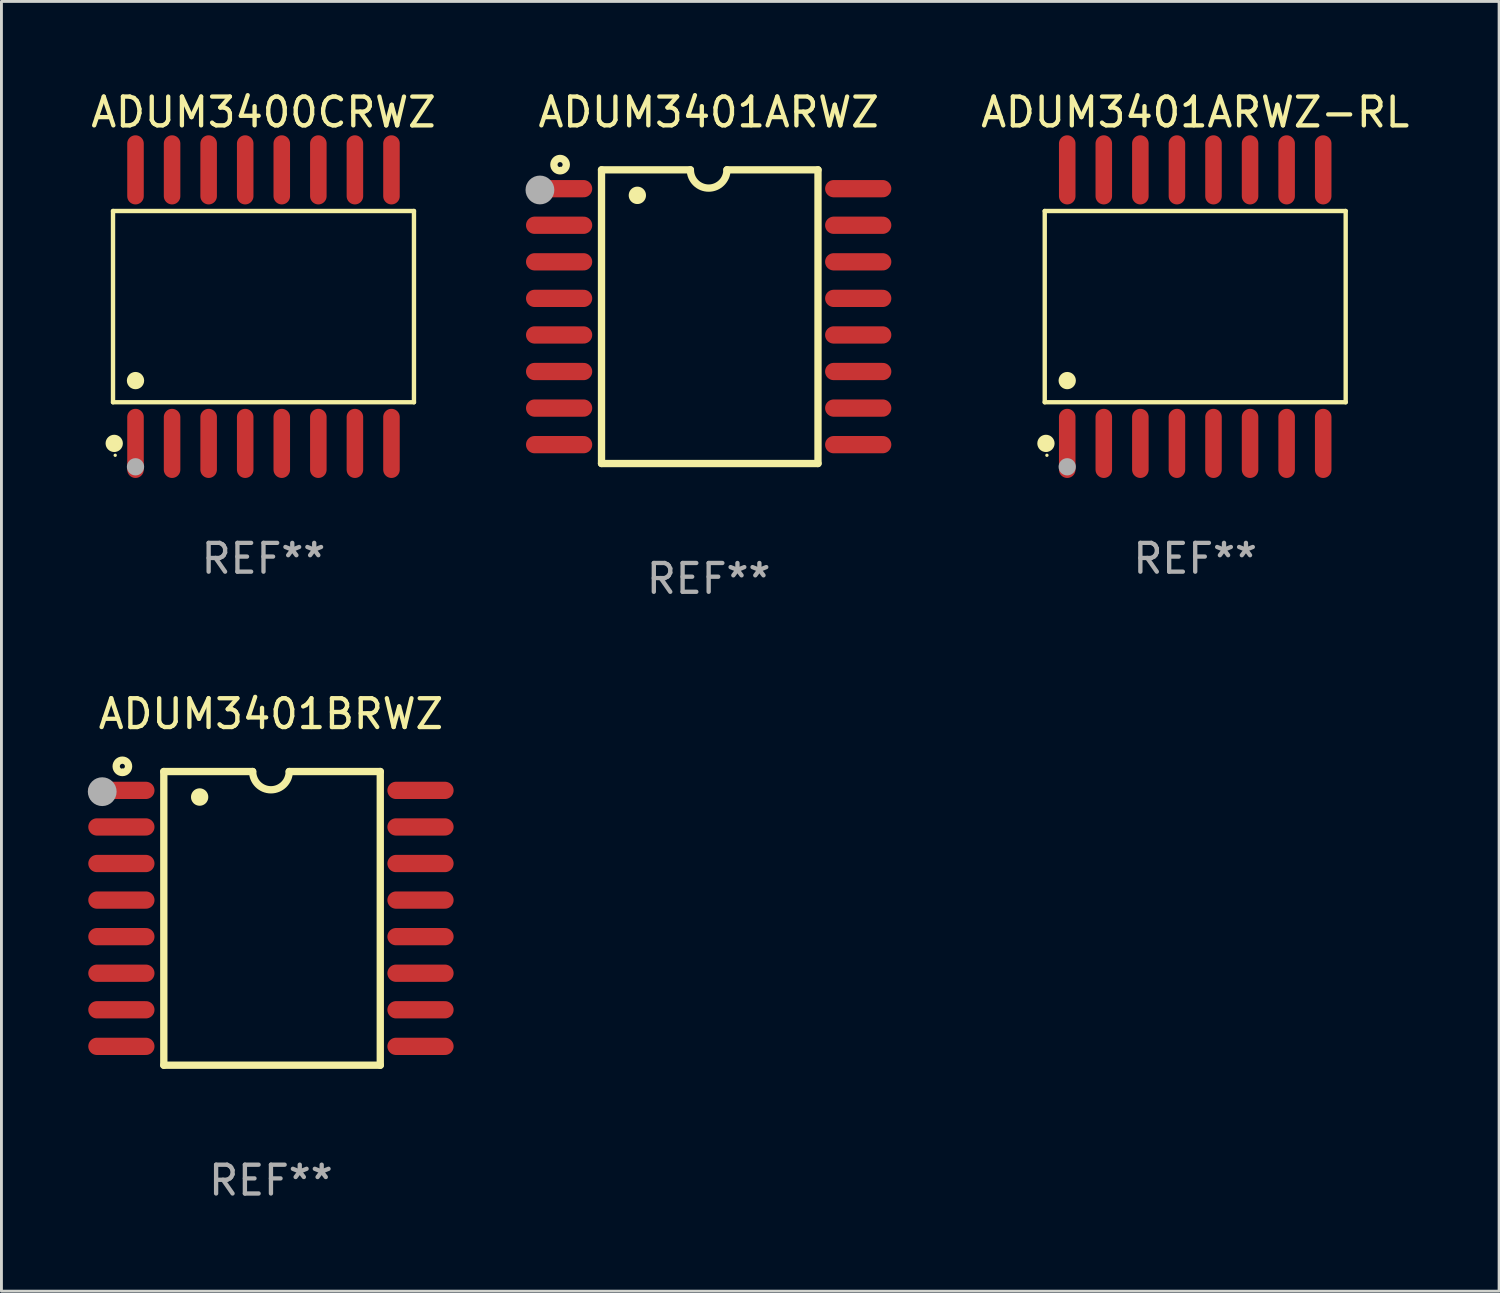
<source format=kicad_pcb>
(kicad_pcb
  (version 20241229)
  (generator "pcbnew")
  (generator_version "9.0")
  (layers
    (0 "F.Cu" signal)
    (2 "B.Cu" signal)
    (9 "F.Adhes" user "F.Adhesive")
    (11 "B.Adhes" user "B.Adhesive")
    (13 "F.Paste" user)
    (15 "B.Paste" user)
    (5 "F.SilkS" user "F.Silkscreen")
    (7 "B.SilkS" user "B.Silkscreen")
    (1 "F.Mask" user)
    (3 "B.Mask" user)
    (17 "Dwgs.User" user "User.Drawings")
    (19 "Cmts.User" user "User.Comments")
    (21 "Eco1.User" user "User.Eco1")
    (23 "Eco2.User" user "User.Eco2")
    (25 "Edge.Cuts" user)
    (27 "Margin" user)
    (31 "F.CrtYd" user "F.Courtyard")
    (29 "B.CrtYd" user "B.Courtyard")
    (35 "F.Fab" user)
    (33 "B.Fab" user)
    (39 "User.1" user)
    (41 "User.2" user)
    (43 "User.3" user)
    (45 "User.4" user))
  (footprint "ADUM3401ARWZ"
    (layer "F.Cu")
    (at 21.562 7.948)
    (property "Reference" "ADUM3401ARWZ" (at 0 -7.1 0) (layer "F.SilkS") (effects (font (size 1 1) (thickness 0.15))))
    (attr through_hole)
    (fp_line (start -3.721 -5.1) (end -3.721 5.1) (stroke (width 0.254) (type solid)) (layer "F.SilkS"))
    (fp_line (start -3.721 -5.1) (end -0.635 -5.1) (stroke (width 0.254) (type solid)) (layer "F.SilkS"))
    (fp_line (start -3.721 5.1) (end 3.797 5.1) (stroke (width 0.254) (type solid)) (layer "F.SilkS"))
    (fp_line (start 3.797 -5.1) (end 0.635 -5.1) (stroke (width 0.254) (type solid)) (layer "F.SilkS"))
    (fp_line (start 3.797 5.1) (end 3.797 -5.1) (stroke (width 0.254) (type solid)) (layer "F.SilkS"))
    (fp_arc (start -2.476556 -4.211328) (mid -2.476567 -4.213868) (end -2.476556 -4.216408) (stroke (width 0.6) (type solid)) (layer "F.SilkS"))
    (fp_arc (start 0.63495 -5.100076) (mid -0.000178 -4.465329) (end -0.635052 -5.10033) (stroke (width 0.254001) (type solid)) (layer "F.SilkS"))
    (fp_circle (center -5.16 -5.28) (end -4.945 -5.28) (stroke (width 0.254) (type solid)) (fill no) (layer "F.SilkS"))
    (fp_circle (center -5.15 -5.15) (end -5.12 -5.15) (stroke (width 0.06) (type solid)) (fill no) (layer "F.SilkS"))
    (fp_circle (center -5.86 -4.4) (end -5.61 -4.4) (stroke (width 0.5) (type solid)) (fill no) (layer "F.Fab"))
    (fp_text user "REF**" (at 0 9.1 0) (layer "F.Fab") (effects (font (size 1 1) (thickness 0.15))))
    (pad "1" smd oval (at -5.194 -4.445) (size 2.3 0.6) (layers "F.Cu" "F.Mask" "F.Paste"))
    (pad "2" smd oval (at -5.194 -3.175) (size 2.3 0.6) (layers "F.Cu" "F.Mask" "F.Paste"))
    (pad "3" smd oval (at -5.194 -1.905) (size 2.3 0.6) (layers "F.Cu" "F.Mask" "F.Paste"))
    (pad "4" smd oval (at -5.194 -0.635) (size 2.3 0.6) (layers "F.Cu" "F.Mask" "F.Paste"))
    (pad "5" smd oval (at -5.194 0.635) (size 2.3 0.6) (layers "F.Cu" "F.Mask" "F.Paste"))
    (pad "6" smd oval (at -5.194 1.905) (size 2.3 0.6) (layers "F.Cu" "F.Mask" "F.Paste"))
    (pad "7" smd oval (at -5.194 3.175) (size 2.3 0.6) (layers "F.Cu" "F.Mask" "F.Paste"))
    (pad "8" smd oval (at -5.194 4.445) (size 2.3 0.6) (layers "F.Cu" "F.Mask" "F.Paste"))
    (pad "9" smd oval (at 5.194 4.445) (size 2.3 0.6) (layers "F.Cu" "F.Mask" "F.Paste"))
    (pad "10" smd oval (at 5.194 3.175) (size 2.3 0.6) (layers "F.Cu" "F.Mask" "F.Paste"))
    (pad "11" smd oval (at 5.194 1.905) (size 2.3 0.6) (layers "F.Cu" "F.Mask" "F.Paste"))
    (pad "12" smd oval (at 5.194 0.635) (size 2.3 0.6) (layers "F.Cu" "F.Mask" "F.Paste"))
    (pad "13" smd oval (at 5.194 -0.635) (size 2.3 0.6) (layers "F.Cu" "F.Mask" "F.Paste"))
    (pad "14" smd oval (at 5.194 -1.905) (size 2.3 0.6) (layers "F.Cu" "F.Mask" "F.Paste"))
    (pad "15" smd oval (at 5.194 -3.175) (size 2.3 0.6) (layers "F.Cu" "F.Mask" "F.Paste"))
    (pad "16" smd oval (at 5.194 -4.445) (size 2.3 0.6) (layers "F.Cu" "F.Mask" "F.Paste")))
  (footprint "ADUM3401ARWZ-RL"
    (layer "F.Cu")
    (at 38.46 7.599)
    (property "Reference" "ADUM3401ARWZ-RL" (at 0 -6.75 0) (layer "F.SilkS") (effects (font (size 1 1) (thickness 0.15))))
    (attr through_hole)
    (fp_line (start -5.226 -3.321) (end 5.226 -3.321) (stroke (width 0.152) (type solid)) (layer "F.SilkS"))
    (fp_line (start -5.226 3.321) (end -5.226 -3.321) (stroke (width 0.152) (type solid)) (layer "F.SilkS"))
    (fp_line (start 5.226 -3.321) (end 5.226 3.321) (stroke (width 0.152) (type solid)) (layer "F.SilkS"))
    (fp_line (start 5.226 3.321) (end -5.226 3.321) (stroke (width 0.152) (type solid)) (layer "F.SilkS"))
    (fp_circle (center -5.184 4.75) (end -5.034 4.75) (stroke (width 0.3) (type solid)) (fill no) (layer "F.SilkS"))
    (fp_circle (center -5.15 5.163) (end -5.12 5.163) (stroke (width 0.06) (type solid)) (fill no) (layer "F.SilkS"))
    (fp_circle (center -4.445 2.569) (end -4.295 2.569) (stroke (width 0.3) (type solid)) (fill no) (layer "F.SilkS"))
    (fp_circle (center -4.445 5.563) (end -4.295 5.563) (stroke (width 0.3) (type solid)) (fill no) (layer "F.Fab"))
    (fp_text user "REF**" (at 0 8.75 0) (layer "F.Fab") (effects (font (size 1 1) (thickness 0.15))))
    (pad "1" smd oval (at -4.445 4.75) (size 0.574 2.401) (layers "F.Cu" "F.Mask" "F.Paste"))
    (pad "2" smd oval (at -3.175 4.75) (size 0.574 2.401) (layers "F.Cu" "F.Mask" "F.Paste"))
    (pad "3" smd oval (at -1.905 4.75) (size 0.574 2.401) (layers "F.Cu" "F.Mask" "F.Paste"))
    (pad "4" smd oval (at -0.635 4.75) (size 0.574 2.401) (layers "F.Cu" "F.Mask" "F.Paste"))
    (pad "5" smd oval (at 0.635 4.75) (size 0.574 2.401) (layers "F.Cu" "F.Mask" "F.Paste"))
    (pad "6" smd oval (at 1.905 4.75) (size 0.574 2.401) (layers "F.Cu" "F.Mask" "F.Paste"))
    (pad "7" smd oval (at 3.175 4.75) (size 0.574 2.401) (layers "F.Cu" "F.Mask" "F.Paste"))
    (pad "8" smd oval (at 4.445 4.75) (size 0.574 2.401) (layers "F.Cu" "F.Mask" "F.Paste"))
    (pad "9" smd oval (at 4.445 -4.75) (size 0.574 2.401) (layers "F.Cu" "F.Mask" "F.Paste"))
    (pad "10" smd oval (at 3.175 -4.75) (size 0.574 2.401) (layers "F.Cu" "F.Mask" "F.Paste"))
    (pad "11" smd oval (at 1.905 -4.75) (size 0.574 2.401) (layers "F.Cu" "F.Mask" "F.Paste"))
    (pad "12" smd oval (at 0.635 -4.75) (size 0.574 2.401) (layers "F.Cu" "F.Mask" "F.Paste"))
    (pad "13" smd oval (at -0.635 -4.75) (size 0.574 2.401) (layers "F.Cu" "F.Mask" "F.Paste"))
    (pad "14" smd oval (at -1.905 -4.75) (size 0.574 2.401) (layers "F.Cu" "F.Mask" "F.Paste"))
    (pad "15" smd oval (at -3.175 -4.75) (size 0.574 2.401) (layers "F.Cu" "F.Mask" "F.Paste"))
    (pad "16" smd oval (at -4.445 -4.75) (size 0.574 2.401) (layers "F.Cu" "F.Mask" "F.Paste")))
  (footprint "ADUM3400CRWZ"
    (layer "F.Cu")
    (at 6.101 7.599)
    (property "Reference" "ADUM3400CRWZ" (at 0 -6.75 0) (layer "F.SilkS") (effects (font (size 1 1) (thickness 0.15))))
    (attr through_hole)
    (fp_line (start -5.226 -3.321) (end 5.226 -3.321) (stroke (width 0.152) (type solid)) (layer "F.SilkS"))
    (fp_line (start -5.226 3.321) (end -5.226 -3.321) (stroke (width 0.152) (type solid)) (layer "F.SilkS"))
    (fp_line (start 5.226 -3.321) (end 5.226 3.321) (stroke (width 0.152) (type solid)) (layer "F.SilkS"))
    (fp_line (start 5.226 3.321) (end -5.226 3.321) (stroke (width 0.152) (type solid)) (layer "F.SilkS"))
    (fp_circle (center -5.184 4.75) (end -5.034 4.75) (stroke (width 0.3) (type solid)) (fill no) (layer "F.SilkS"))
    (fp_circle (center -5.15 5.163) (end -5.12 5.163) (stroke (width 0.06) (type solid)) (fill no) (layer "F.SilkS"))
    (fp_circle (center -4.445 2.569) (end -4.295 2.569) (stroke (width 0.3) (type solid)) (fill no) (layer "F.SilkS"))
    (fp_circle (center -4.445 5.563) (end -4.295 5.563) (stroke (width 0.3) (type solid)) (fill no) (layer "F.Fab"))
    (fp_text user "REF**" (at 0 8.75 0) (layer "F.Fab") (effects (font (size 1 1) (thickness 0.15))))
    (pad "1" smd oval (at -4.445 4.75) (size 0.574 2.401) (layers "F.Cu" "F.Mask" "F.Paste"))
    (pad "2" smd oval (at -3.175 4.75) (size 0.574 2.401) (layers "F.Cu" "F.Mask" "F.Paste"))
    (pad "3" smd oval (at -1.905 4.75) (size 0.574 2.401) (layers "F.Cu" "F.Mask" "F.Paste"))
    (pad "4" smd oval (at -0.635 4.75) (size 0.574 2.401) (layers "F.Cu" "F.Mask" "F.Paste"))
    (pad "5" smd oval (at 0.635 4.75) (size 0.574 2.401) (layers "F.Cu" "F.Mask" "F.Paste"))
    (pad "6" smd oval (at 1.905 4.75) (size 0.574 2.401) (layers "F.Cu" "F.Mask" "F.Paste"))
    (pad "7" smd oval (at 3.175 4.75) (size 0.574 2.401) (layers "F.Cu" "F.Mask" "F.Paste"))
    (pad "8" smd oval (at 4.445 4.75) (size 0.574 2.401) (layers "F.Cu" "F.Mask" "F.Paste"))
    (pad "9" smd oval (at 4.445 -4.75) (size 0.574 2.401) (layers "F.Cu" "F.Mask" "F.Paste"))
    (pad "10" smd oval (at 3.175 -4.75) (size 0.574 2.401) (layers "F.Cu" "F.Mask" "F.Paste"))
    (pad "11" smd oval (at 1.905 -4.75) (size 0.574 2.401) (layers "F.Cu" "F.Mask" "F.Paste"))
    (pad "12" smd oval (at 0.635 -4.75) (size 0.574 2.401) (layers "F.Cu" "F.Mask" "F.Paste"))
    (pad "13" smd oval (at -0.635 -4.75) (size 0.574 2.401) (layers "F.Cu" "F.Mask" "F.Paste"))
    (pad "14" smd oval (at -1.905 -4.75) (size 0.574 2.401) (layers "F.Cu" "F.Mask" "F.Paste"))
    (pad "15" smd oval (at -3.175 -4.75) (size 0.574 2.401) (layers "F.Cu" "F.Mask" "F.Paste"))
    (pad "16" smd oval (at -4.445 -4.75) (size 0.574 2.401) (layers "F.Cu" "F.Mask" "F.Paste")))
  (footprint "ADUM3401BRWZ"
    (layer "F.Cu")
    (at 6.36 28.845)
    (property "Reference" "ADUM3401BRWZ" (at 0 -7.1 0) (layer "F.SilkS") (effects (font (size 1 1) (thickness 0.15))))
    (attr through_hole)
    (fp_line (start -3.721 -5.1) (end -3.721 5.1) (stroke (width 0.254) (type solid)) (layer "F.SilkS"))
    (fp_line (start -3.721 -5.1) (end -0.635 -5.1) (stroke (width 0.254) (type solid)) (layer "F.SilkS"))
    (fp_line (start -3.721 5.1) (end 3.797 5.1) (stroke (width 0.254) (type solid)) (layer "F.SilkS"))
    (fp_line (start 3.797 -5.1) (end 0.635 -5.1) (stroke (width 0.254) (type solid)) (layer "F.SilkS"))
    (fp_line (start 3.797 5.1) (end 3.797 -5.1) (stroke (width 0.254) (type solid)) (layer "F.SilkS"))
    (fp_arc (start -2.476556 -4.211328) (mid -2.476567 -4.213868) (end -2.476556 -4.216408) (stroke (width 0.6) (type solid)) (layer "F.SilkS"))
    (fp_arc (start 0.63495 -5.100076) (mid -0.000178 -4.465329) (end -0.635052 -5.10033) (stroke (width 0.254001) (type solid)) (layer "F.SilkS"))
    (fp_circle (center -5.16 -5.28) (end -4.945 -5.28) (stroke (width 0.254) (type solid)) (fill no) (layer "F.SilkS"))
    (fp_circle (center -5.15 -5.15) (end -5.12 -5.15) (stroke (width 0.06) (type solid)) (fill no) (layer "F.SilkS"))
    (fp_circle (center -5.86 -4.4) (end -5.61 -4.4) (stroke (width 0.5) (type solid)) (fill no) (layer "F.Fab"))
    (fp_text user "REF**" (at 0 9.1 0) (layer "F.Fab") (effects (font (size 1 1) (thickness 0.15))))
    (pad "1" smd oval (at -5.194 -4.445) (size 2.3 0.6) (layers "F.Cu" "F.Mask" "F.Paste"))
    (pad "2" smd oval (at -5.194 -3.175) (size 2.3 0.6) (layers "F.Cu" "F.Mask" "F.Paste"))
    (pad "3" smd oval (at -5.194 -1.905) (size 2.3 0.6) (layers "F.Cu" "F.Mask" "F.Paste"))
    (pad "4" smd oval (at -5.194 -0.635) (size 2.3 0.6) (layers "F.Cu" "F.Mask" "F.Paste"))
    (pad "5" smd oval (at -5.194 0.635) (size 2.3 0.6) (layers "F.Cu" "F.Mask" "F.Paste"))
    (pad "6" smd oval (at -5.194 1.905) (size 2.3 0.6) (layers "F.Cu" "F.Mask" "F.Paste"))
    (pad "7" smd oval (at -5.194 3.175) (size 2.3 0.6) (layers "F.Cu" "F.Mask" "F.Paste"))
    (pad "8" smd oval (at -5.194 4.445) (size 2.3 0.6) (layers "F.Cu" "F.Mask" "F.Paste"))
    (pad "9" smd oval (at 5.194 4.445) (size 2.3 0.6) (layers "F.Cu" "F.Mask" "F.Paste"))
    (pad "10" smd oval (at 5.194 3.175) (size 2.3 0.6) (layers "F.Cu" "F.Mask" "F.Paste"))
    (pad "11" smd oval (at 5.194 1.905) (size 2.3 0.6) (layers "F.Cu" "F.Mask" "F.Paste"))
    (pad "12" smd oval (at 5.194 0.635) (size 2.3 0.6) (layers "F.Cu" "F.Mask" "F.Paste"))
    (pad "13" smd oval (at 5.194 -0.635) (size 2.3 0.6) (layers "F.Cu" "F.Mask" "F.Paste"))
    (pad "14" smd oval (at 5.194 -1.905) (size 2.3 0.6) (layers "F.Cu" "F.Mask" "F.Paste"))
    (pad "15" smd oval (at 5.194 -3.175) (size 2.3 0.6) (layers "F.Cu" "F.Mask" "F.Paste"))
    (pad "16" smd oval (at 5.194 -4.445) (size 2.3 0.6) (layers "F.Cu" "F.Mask" "F.Paste")))
  (gr_rect
    (start -3 -3)
    (end 49.014 41.793)
    (stroke (width 0.1) (type default))
    (fill no)
    (layer "Edge.Cuts")))
</source>
